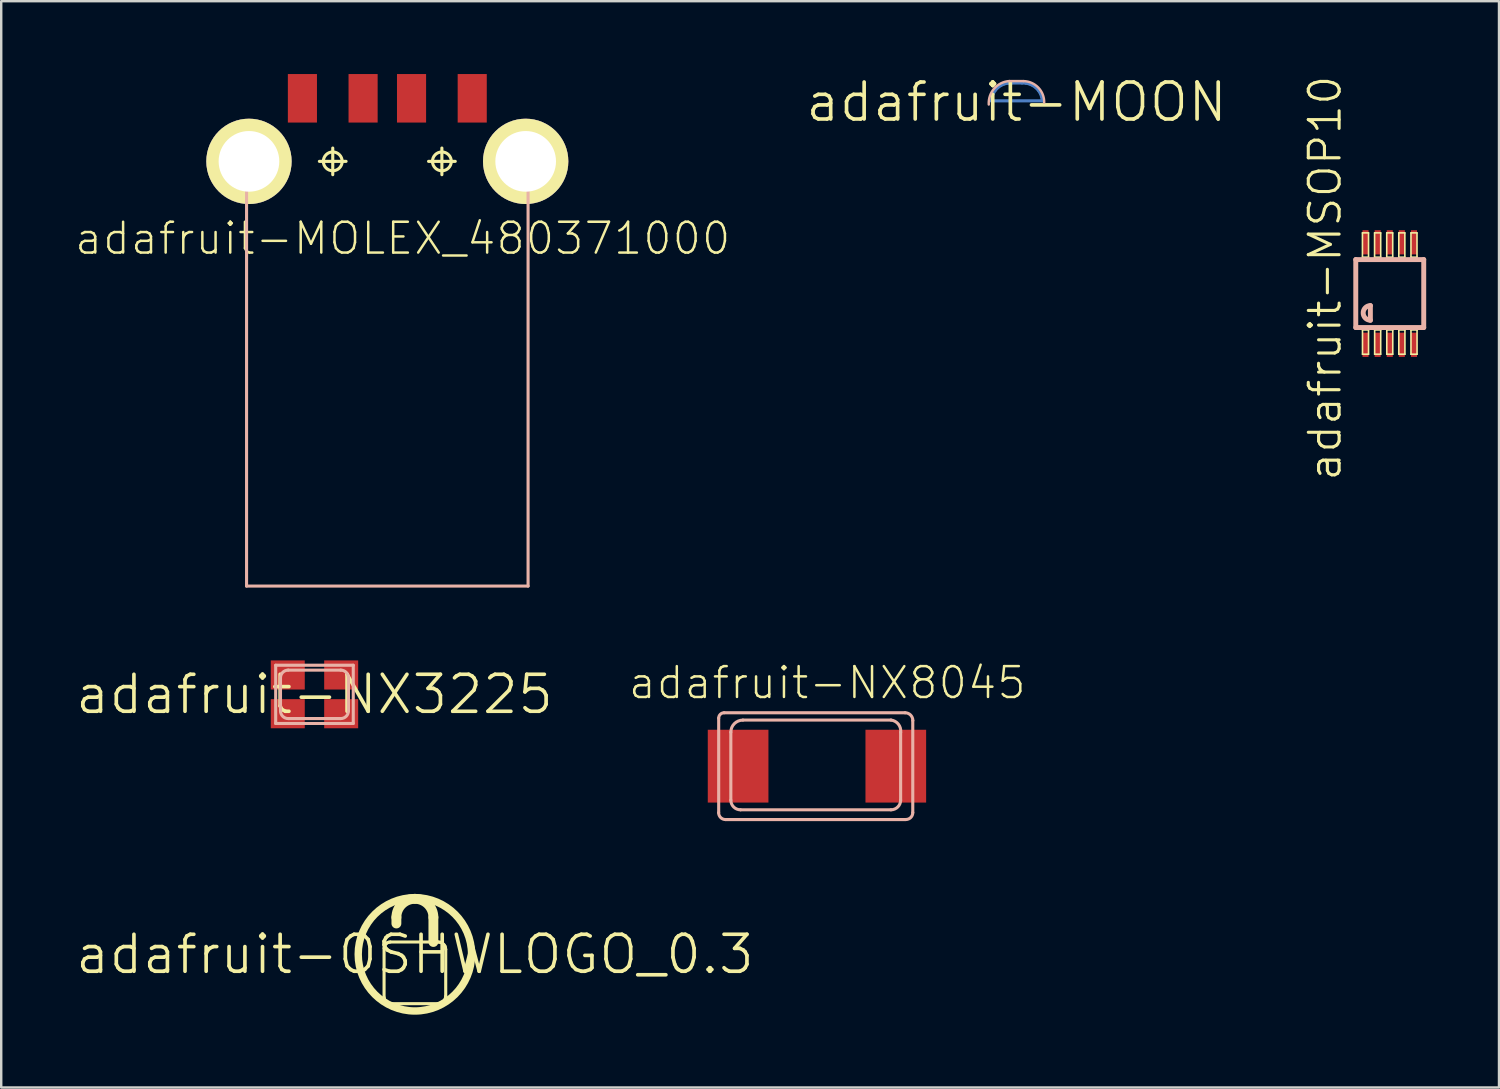
<source format=kicad_pcb>
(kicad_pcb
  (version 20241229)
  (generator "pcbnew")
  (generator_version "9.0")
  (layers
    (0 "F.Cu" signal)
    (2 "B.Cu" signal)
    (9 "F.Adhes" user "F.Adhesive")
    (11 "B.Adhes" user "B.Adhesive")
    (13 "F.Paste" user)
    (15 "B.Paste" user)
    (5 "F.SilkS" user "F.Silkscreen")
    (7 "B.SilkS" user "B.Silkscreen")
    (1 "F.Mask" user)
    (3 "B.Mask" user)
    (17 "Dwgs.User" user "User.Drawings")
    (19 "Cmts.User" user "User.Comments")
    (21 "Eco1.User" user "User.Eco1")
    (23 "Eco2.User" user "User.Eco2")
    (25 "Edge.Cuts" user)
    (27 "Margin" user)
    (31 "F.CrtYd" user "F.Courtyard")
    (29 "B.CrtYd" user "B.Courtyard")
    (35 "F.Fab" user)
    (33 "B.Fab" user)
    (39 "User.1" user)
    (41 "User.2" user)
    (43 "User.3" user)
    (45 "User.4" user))
  (footprint "adafruit-MSOP10"
    (layer "F.Cu")
    (at 54.206 9.044)
    (property "Reference" "adafruit-MSOP10" (at -2.667 -0.635 90) (layer "F.SilkS") (effects (font (size 1.27 1.27) (thickness 0.127))))
    (attr smd)
    (fp_line (start -1.125 -2.499) (end -0.874 -2.499) (stroke (width 0.066) (type solid)) (layer "F.SilkS"))
    (fp_line (start -1.125 -1.499) (end -1.125 -2.499) (stroke (width 0.066) (type solid)) (layer "F.SilkS"))
    (fp_line (start -1.125 -1.499) (end -0.874 -1.499) (stroke (width 0.066) (type solid)) (layer "F.SilkS"))
    (fp_line (start -1.123 1.499) (end -0.874 1.499) (stroke (width 0.066) (type solid)) (layer "F.SilkS"))
    (fp_line (start -1.123 2.499) (end -1.123 1.499) (stroke (width 0.066) (type solid)) (layer "F.SilkS"))
    (fp_line (start -1.123 2.499) (end -0.874 2.499) (stroke (width 0.066) (type solid)) (layer "F.SilkS"))
    (fp_line (start -0.874 -1.499) (end -0.874 -2.499) (stroke (width 0.066) (type solid)) (layer "F.SilkS"))
    (fp_line (start -0.874 2.499) (end -0.874 1.499) (stroke (width 0.066) (type solid)) (layer "F.SilkS"))
    (fp_line (start -0.625 -2.499) (end -0.373 -2.499) (stroke (width 0.066) (type solid)) (layer "F.SilkS"))
    (fp_line (start -0.625 -1.499) (end -0.625 -2.499) (stroke (width 0.066) (type solid)) (layer "F.SilkS"))
    (fp_line (start -0.625 -1.499) (end -0.373 -1.499) (stroke (width 0.066) (type solid)) (layer "F.SilkS"))
    (fp_line (start -0.622 1.499) (end -0.373 1.499) (stroke (width 0.066) (type solid)) (layer "F.SilkS"))
    (fp_line (start -0.622 2.499) (end -0.622 1.499) (stroke (width 0.066) (type solid)) (layer "F.SilkS"))
    (fp_line (start -0.622 2.499) (end -0.373 2.499) (stroke (width 0.066) (type solid)) (layer "F.SilkS"))
    (fp_line (start -0.373 -1.499) (end -0.373 -2.499) (stroke (width 0.066) (type solid)) (layer "F.SilkS"))
    (fp_line (start -0.373 2.499) (end -0.373 1.499) (stroke (width 0.066) (type solid)) (layer "F.SilkS"))
    (fp_line (start -0.124 -2.499) (end 0.122 -2.499) (stroke (width 0.066) (type solid)) (layer "F.SilkS"))
    (fp_line (start -0.124 -1.499) (end -0.124 -2.499) (stroke (width 0.066) (type solid)) (layer "F.SilkS"))
    (fp_line (start -0.124 -1.499) (end 0.122 -1.499) (stroke (width 0.066) (type solid)) (layer "F.SilkS"))
    (fp_line (start -0.122 1.499) (end 0.124 1.499) (stroke (width 0.066) (type solid)) (layer "F.SilkS"))
    (fp_line (start -0.122 2.499) (end -0.122 1.499) (stroke (width 0.066) (type solid)) (layer "F.SilkS"))
    (fp_line (start -0.122 2.499) (end 0.124 2.499) (stroke (width 0.066) (type solid)) (layer "F.SilkS"))
    (fp_line (start 0.122 -1.499) (end 0.122 -2.499) (stroke (width 0.066) (type solid)) (layer "F.SilkS"))
    (fp_line (start 0.124 2.499) (end 0.124 1.499) (stroke (width 0.066) (type solid)) (layer "F.SilkS"))
    (fp_line (start 0.373 -2.499) (end 0.622 -2.499) (stroke (width 0.066) (type solid)) (layer "F.SilkS"))
    (fp_line (start 0.373 -1.499) (end 0.373 -2.499) (stroke (width 0.066) (type solid)) (layer "F.SilkS"))
    (fp_line (start 0.373 -1.499) (end 0.622 -1.499) (stroke (width 0.066) (type solid)) (layer "F.SilkS"))
    (fp_line (start 0.373 1.499) (end 0.625 1.499) (stroke (width 0.066) (type solid)) (layer "F.SilkS"))
    (fp_line (start 0.373 2.499) (end 0.373 1.499) (stroke (width 0.066) (type solid)) (layer "F.SilkS"))
    (fp_line (start 0.373 2.499) (end 0.625 2.499) (stroke (width 0.066) (type solid)) (layer "F.SilkS"))
    (fp_line (start 0.622 -1.499) (end 0.622 -2.499) (stroke (width 0.066) (type solid)) (layer "F.SilkS"))
    (fp_line (start 0.625 2.499) (end 0.625 1.499) (stroke (width 0.066) (type solid)) (layer "F.SilkS"))
    (fp_line (start 0.874 -2.499) (end 1.123 -2.499) (stroke (width 0.066) (type solid)) (layer "F.SilkS"))
    (fp_line (start 0.874 -1.499) (end 0.874 -2.499) (stroke (width 0.066) (type solid)) (layer "F.SilkS"))
    (fp_line (start 0.874 -1.499) (end 1.123 -1.499) (stroke (width 0.066) (type solid)) (layer "F.SilkS"))
    (fp_line (start 0.874 1.499) (end 1.125 1.499) (stroke (width 0.066) (type solid)) (layer "F.SilkS"))
    (fp_line (start 0.874 2.499) (end 0.874 1.499) (stroke (width 0.066) (type solid)) (layer "F.SilkS"))
    (fp_line (start 0.874 2.499) (end 1.125 2.499) (stroke (width 0.066) (type solid)) (layer "F.SilkS"))
    (fp_line (start 1.123 -1.499) (end 1.123 -2.499) (stroke (width 0.066) (type solid)) (layer "F.SilkS"))
    (fp_line (start 1.125 2.499) (end 1.125 1.499) (stroke (width 0.066) (type solid)) (layer "F.SilkS"))
    (fp_line (start -1.4 -1.4) (end 1.4 -1.4) (stroke (width 0.203) (type solid)) (layer "B.SilkS"))
    (fp_line (start -1.4 1.4) (end -1.4 -1.4) (stroke (width 0.203) (type solid)) (layer "B.SilkS"))
    (fp_line (start -0.798 0.498) (end -0.798 1.1) (stroke (width 0.203) (type solid)) (layer "B.SilkS"))
    (fp_line (start 1.4 -1.4) (end 1.4 1.4) (stroke (width 0.203) (type solid)) (layer "B.SilkS"))
    (fp_line (start 1.4 1.4) (end -1.4 1.4) (stroke (width 0.203) (type solid)) (layer "B.SilkS"))
    (fp_arc (start -0.79756 1.09982) (mid -1.09982 0.79756) (end -0.79756 0.4953) (stroke (width 0.2032) (type solid)) (layer "B.SilkS"))
    (pad "1" smd rect (at -0.998 2.111) (size 0.249 0.998) (layers "F.Cu" "F.Mask" "F.Paste"))
    (pad "2" smd rect (at -0.498 2.111) (size 0.249 0.998) (layers "F.Cu" "F.Mask" "F.Paste"))
    (pad "3" smd rect (at 0 2.111) (size 0.249 0.998) (layers "F.Cu" "F.Mask" "F.Paste"))
    (pad "4" smd rect (at 0.498 2.111) (size 0.249 0.998) (layers "F.Cu" "F.Mask" "F.Paste"))
    (pad "5" smd rect (at 0.998 2.111) (size 0.249 0.998) (layers "F.Cu" "F.Mask" "F.Paste"))
    (pad "6" smd rect (at 0.998 -2.111 180) (size 0.249 0.998) (layers "F.Cu" "F.Mask" "F.Paste"))
    (pad "7" smd rect (at 0.498 -2.111 180) (size 0.249 0.998) (layers "F.Cu" "F.Mask" "F.Paste"))
    (pad "8" smd rect (at 0 -2.111 180) (size 0.249 0.998) (layers "F.Cu" "F.Mask" "F.Paste"))
    (pad "9" smd rect (at -0.498 -2.111 180) (size 0.249 0.998) (layers "F.Cu" "F.Mask" "F.Paste"))
    (pad "10" smd rect (at -0.998 -2.111 180) (size 0.249 0.998) (layers "F.Cu" "F.Mask" "F.Paste")))
  (footprint "adafruit-NX3225"
    (layer "F.Cu")
    (at 9.906 25.556)
    (property "Reference" "adafruit-NX3225" (at 0 0 0) (layer "F.SilkS") (effects (font (size 1.524 1.524) (thickness 0.15))))
    (attr smd)
    (fp_line (start -1.598 -1.199) (end -1.598 1.199) (stroke (width 0.127) (type solid)) (layer "B.SilkS"))
    (fp_line (start -1.598 1.199) (end 1.598 1.199) (stroke (width 0.127) (type solid)) (layer "B.SilkS"))
    (fp_line (start -1.4 0.681) (end -1.4 -0.681) (stroke (width 0.127) (type solid)) (layer "B.SilkS"))
    (fp_line (start -1.082 -0.998) (end 1.082 -0.998) (stroke (width 0.127) (type solid)) (layer "B.SilkS"))
    (fp_line (start 1.082 0.998) (end -1.082 0.998) (stroke (width 0.127) (type solid)) (layer "B.SilkS"))
    (fp_line (start 1.4 -0.681) (end 1.4 0.681) (stroke (width 0.127) (type solid)) (layer "B.SilkS"))
    (fp_line (start 1.598 -1.199) (end -1.598 -1.199) (stroke (width 0.127) (type solid)) (layer "B.SilkS"))
    (fp_line (start 1.598 1.199) (end 1.598 -1.199) (stroke (width 0.127) (type solid)) (layer "B.SilkS"))
    (fp_arc (start -1.39954 -0.68072) (mid -1.306546 -0.905226) (end -1.08204 -0.99822) (stroke (width 0.127) (type solid)) (layer "B.SilkS"))
    (fp_arc (start -1.08204 0.99822) (mid -1.306546 0.905226) (end -1.39954 0.68072) (stroke (width 0.127) (type solid)) (layer "B.SilkS"))
    (fp_arc (start 1.08204 -0.99822) (mid 1.306546 -0.905226) (end 1.39954 -0.68072) (stroke (width 0.127) (type solid)) (layer "B.SilkS"))
    (fp_arc (start 1.39954 0.68072) (mid 1.306546 0.905226) (end 1.08204 0.99822) (stroke (width 0.127) (type solid)) (layer "B.SilkS"))
    (pad "1" smd rect (at -1.1 0.798 90) (size 1.199 1.4) (layers "F.Cu" "F.Mask" "F.Paste"))
    (pad "2" smd rect (at 1.1 0.798 90) (size 1.199 1.4) (layers "F.Cu" "F.Mask" "F.Paste"))
    (pad "3" smd rect (at 1.1 -0.798 90) (size 1.199 1.4) (layers "F.Cu" "F.Mask" "F.Paste"))
    (pad "4" smd rect (at -1.1 -0.798 90) (size 1.199 1.4) (layers "F.Cu" "F.Mask" "F.Paste")))
  (footprint "adafruit-MOON"
    (layer "F.Cu")
    (at 38.829 1.155)
    (property "Reference" "adafruit-MOON" (at 0 0 0) (layer "F.SilkS") (effects (font (size 1.524 1.524) (thickness 0.15))))
    (attr exclude_from_pos_files exclude_from_bom)
    (fp_line (start -1.041 -0.051) (end 1.067 -0.051) (stroke (width 0.127) (type solid)) (layer "B.Cu"))
    (fp_line (start -1.016 -0.203) (end -1.041 -0.051) (stroke (width 0.127) (type solid)) (layer "B.Cu"))
    (fp_line (start -0.96 -0.348) (end -1.016 -0.203) (stroke (width 0.127) (type solid)) (layer "B.Cu"))
    (fp_line (start -0.879 -0.478) (end -0.96 -0.348) (stroke (width 0.127) (type solid)) (layer "B.Cu"))
    (fp_line (start -0.775 -0.592) (end -0.879 -0.478) (stroke (width 0.127) (type solid)) (layer "B.Cu"))
    (fp_line (start -0.648 -0.681) (end -0.775 -0.592) (stroke (width 0.127) (type solid)) (layer "B.Cu"))
    (fp_line (start -0.508 -0.747) (end -0.648 -0.681) (stroke (width 0.127) (type solid)) (layer "B.Cu"))
    (fp_line (start -0.356 -0.78) (end -0.508 -0.747) (stroke (width 0.127) (type solid)) (layer "B.Cu"))
    (fp_line (start -0.203 -0.787) (end -0.356 -0.78) (stroke (width 0.127) (type solid)) (layer "B.Cu"))
    (fp_line (start 0.229 -0.787) (end -0.203 -0.787) (stroke (width 0.127) (type solid)) (layer "B.Cu"))
    (fp_line (start 0.381 -0.78) (end 0.229 -0.787) (stroke (width 0.127) (type solid)) (layer "B.Cu"))
    (fp_line (start 0.533 -0.747) (end 0.381 -0.78) (stroke (width 0.127) (type solid)) (layer "B.Cu"))
    (fp_line (start 0.673 -0.681) (end 0.533 -0.747) (stroke (width 0.127) (type solid)) (layer "B.Cu"))
    (fp_line (start 0.8 -0.592) (end 0.673 -0.681) (stroke (width 0.127) (type solid)) (layer "B.Cu"))
    (fp_line (start 0.904 -0.478) (end 0.8 -0.592) (stroke (width 0.127) (type solid)) (layer "B.Cu"))
    (fp_line (start 0.986 -0.348) (end 0.904 -0.478) (stroke (width 0.127) (type solid)) (layer "B.Cu"))
    (fp_line (start 1.041 -0.203) (end 0.986 -0.348) (stroke (width 0.127) (type solid)) (layer "B.Cu"))
    (fp_line (start 1.067 -0.051) (end 1.041 -0.203) (stroke (width 0.127) (type solid)) (layer "B.Cu"))
    (fp_line (start -0.292 -0.864) (end 0.292 -0.864) (stroke (width 0.1) (type solid)) (layer "B.SilkS"))
    (fp_arc (start -1.143 0.1016) (mid -0.917976 -0.558497) (end -0.2921 -0.86614) (stroke (width 0.1) (type solid)) (layer "B.SilkS"))
    (fp_arc (start 0.2921 -0.8636) (mid 0.899874 -0.595349) (end 1.140494 0.023884) (stroke (width 0.1) (type solid)) (layer "B.SilkS")))
  (footprint "adafruit-NX8045"
    (layer "F.Cu")
    (at 30.557 28.515)
    (property "Reference" "adafruit-NX8045" (at 0.475 -3.434 0) (layer "F.SilkS") (effects (font (size 1.27 1.27) (thickness 0.102))))
    (attr smd)
    (fp_line (start -3.998 1.915) (end -3.998 -1.976) (stroke (width 0.127) (type solid)) (layer "B.SilkS"))
    (fp_line (start -3.774 -2.2) (end 3.683 -2.2) (stroke (width 0.127) (type solid)) (layer "B.SilkS"))
    (fp_line (start -3.498 1.4) (end -3.498 -1.4) (stroke (width 0.127) (type solid)) (layer "B.SilkS"))
    (fp_line (start -3 -1.9) (end 3.099 -1.9) (stroke (width 0.127) (type solid)) (layer "B.SilkS"))
    (fp_line (start 3.099 1.798) (end -3.099 1.798) (stroke (width 0.127) (type solid)) (layer "B.SilkS"))
    (fp_line (start 3.498 -1.4) (end 3.498 1.4) (stroke (width 0.127) (type solid)) (layer "B.SilkS"))
    (fp_line (start 3.716 2.2) (end -3.716 2.2) (stroke (width 0.127) (type solid)) (layer "B.SilkS"))
    (fp_line (start 3.998 -1.882) (end 3.998 1.915) (stroke (width 0.127) (type solid)) (layer "B.SilkS"))
    (fp_arc (start -3.99796 -1.97612) (mid -3.932493 -2.134173) (end -3.77444 -2.19964) (stroke (width 0.127) (type solid)) (layer "B.SilkS"))
    (fp_arc (start -3.71602 2.19964) (mid -3.917178 2.116318) (end -4.0005 1.91516) (stroke (width 0.127) (type solid)) (layer "B.SilkS"))
    (fp_arc (start -3.49758 -1.39954) (mid -3.351766 -1.751566) (end -2.99974 -1.89738) (stroke (width 0.127) (type solid)) (layer "B.SilkS"))
    (fp_arc (start -3.0988 1.79832) (mid -3.38078 1.68152) (end -3.49758 1.39954) (stroke (width 0.127) (type solid)) (layer "B.SilkS"))
    (fp_arc (start 3.0988 -1.89992) (mid 3.403618 -1.731576) (end 3.50012 -1.397) (stroke (width 0.127) (type solid)) (layer "B.SilkS"))
    (fp_arc (start 3.49758 1.39954) (mid 3.38078 1.68152) (end 3.0988 1.79832) (stroke (width 0.127) (type solid)) (layer "B.SilkS"))
    (fp_arc (start 3.683 -2.19964) (mid 3.907506 -2.106646) (end 4.0005 -1.88214) (stroke (width 0.127) (type solid)) (layer "B.SilkS"))
    (fp_arc (start 3.99796 1.91516) (mid 3.915382 2.114522) (end 3.71602 2.1971) (stroke (width 0.127) (type solid)) (layer "B.SilkS"))
    (pad "P$1" smd rect (at 3.299 0 90) (size 3 2.499) (layers "F.Cu" "F.Mask" "F.Paste"))
    (pad "P$2" smd rect (at -3.198 0 90) (size 3 2.499) (layers "F.Cu" "F.Mask" "F.Paste")))
  (footprint "adafruit-MOLEX_480371000"
    (layer "F.Cu")
    (at 12.907 3.598)
    (property "Reference" "adafruit-MOLEX_480371000" (at 0.635 3.175 0) (layer "F.SilkS") (effects (font (size 1.27 1.27) (thickness 0.102))))
    (attr smd)
    (fp_line (start -2.799 0) (end -1.699 0) (stroke (width 0.127) (type solid)) (layer "F.SilkS"))
    (fp_line (start -2.248 0.549) (end -2.248 -0.549) (stroke (width 0.127) (type solid)) (layer "F.SilkS"))
    (fp_line (start 1.699 0) (end 2.799 0) (stroke (width 0.127) (type solid)) (layer "F.SilkS"))
    (fp_line (start 2.248 0.549) (end 2.248 -0.549) (stroke (width 0.127) (type solid)) (layer "F.SilkS"))
    (fp_circle (center -2.248 0) (end -2.522 0.274) (stroke (width 0.127) (type solid)) (fill no) (layer "F.SilkS"))
    (fp_circle (center 2.248 0) (end 2.522 0.274) (stroke (width 0.127) (type solid)) (fill no) (layer "F.SilkS"))
    (fp_line (start -5.799 17.498) (end -5.799 0) (stroke (width 0.127) (type solid)) (layer "B.SilkS"))
    (fp_line (start 5.799 0) (end 5.799 17.498) (stroke (width 0.127) (type solid)) (layer "B.SilkS"))
    (fp_line (start 5.799 17.498) (end -5.799 17.498) (stroke (width 0.127) (type solid)) (layer "B.SilkS"))
    (pad "1" smd rect (at 3.498 -2.598) (size 1.199 1.999) (layers "F.Cu" "F.Mask" "F.Paste"))
    (pad "2" smd rect (at 0.998 -2.598) (size 1.199 1.999) (layers "F.Cu" "F.Mask" "F.Paste"))
    (pad "3" smd rect (at -0.998 -2.598) (size 1.199 1.999) (layers "F.Cu" "F.Mask" "F.Paste"))
    (pad "4" smd rect (at -3.498 -2.598) (size 1.199 1.999) (layers "F.Cu" "F.Mask" "F.Paste"))
    (pad "M1" thru_hole circle (at -5.7 0) (size 3.515 3.515) (drill 2.499) (layers "*.Cu" "F.Mask" "F.SilkS" "F.Paste"))
    (pad "M2" thru_hole circle (at 5.7 0) (size 3.515 3.515) (drill 2.499) (layers "*.Cu" "F.Mask" "F.SilkS" "F.Paste")))
  (footprint "adafruit-OSHWLOGO_0.3"
    (layer "F.Cu")
    (at 14.043 36.267)
    (property "Reference" "adafruit-OSHWLOGO_0.3" (at 0 0 0) (layer "F.SilkS") (effects (font (size 1.524 1.524) (thickness 0.15))))
    (attr exclude_from_pos_files exclude_from_bom)
    (fp_line (start -1.27 -0.254) (end -1.26 -0.318) (stroke (width 0.127) (type solid)) (layer "F.SilkS"))
    (fp_line (start -1.27 1.778) (end -1.27 -0.254) (stroke (width 0.127) (type solid)) (layer "F.SilkS"))
    (fp_line (start -1.26 -0.318) (end -1.234 -0.381) (stroke (width 0.127) (type solid)) (layer "F.SilkS"))
    (fp_line (start -1.26 1.841) (end -1.27 1.778) (stroke (width 0.127) (type solid)) (layer "F.SilkS"))
    (fp_line (start -1.234 -0.381) (end -1.194 -0.432) (stroke (width 0.127) (type solid)) (layer "F.SilkS"))
    (fp_line (start -1.234 1.905) (end -1.26 1.841) (stroke (width 0.127) (type solid)) (layer "F.SilkS"))
    (fp_line (start -1.194 -0.432) (end -1.143 -0.472) (stroke (width 0.127) (type solid)) (layer "F.SilkS"))
    (fp_line (start -1.194 1.956) (end -1.234 1.905) (stroke (width 0.127) (type solid)) (layer "F.SilkS"))
    (fp_line (start -1.143 -0.472) (end -1.079 -0.498) (stroke (width 0.127) (type solid)) (layer "F.SilkS"))
    (fp_line (start -1.143 1.996) (end -1.194 1.956) (stroke (width 0.127) (type solid)) (layer "F.SilkS"))
    (fp_line (start -1.079 -0.498) (end -1.016 -0.508) (stroke (width 0.127) (type solid)) (layer "F.SilkS"))
    (fp_line (start -1.079 2.022) (end -1.143 1.996) (stroke (width 0.127) (type solid)) (layer "F.SilkS"))
    (fp_line (start -1.016 -0.508) (end 0.965 -0.508) (stroke (width 0.127) (type solid)) (layer "F.SilkS"))
    (fp_line (start -1.016 2.032) (end -1.079 2.022) (stroke (width 0.127) (type solid)) (layer "F.SilkS"))
    (fp_line (start -0.762 -1.524) (end -0.762 -1.27) (stroke (width 0.406) (type solid)) (layer "F.SilkS"))
    (fp_line (start 0.762 -0.508) (end 0.762 -1.524) (stroke (width 0.406) (type solid)) (layer "F.SilkS"))
    (fp_line (start 0.965 -0.508) (end 1.031 -0.498) (stroke (width 0.127) (type solid)) (layer "F.SilkS"))
    (fp_line (start 0.965 2.032) (end -1.016 2.032) (stroke (width 0.127) (type solid)) (layer "F.SilkS"))
    (fp_line (start 1.031 -0.498) (end 1.097 -0.478) (stroke (width 0.127) (type solid)) (layer "F.SilkS"))
    (fp_line (start 1.031 2.022) (end 0.965 2.032) (stroke (width 0.127) (type solid)) (layer "F.SilkS"))
    (fp_line (start 1.097 -0.478) (end 1.153 -0.439) (stroke (width 0.127) (type solid)) (layer "F.SilkS"))
    (fp_line (start 1.097 2.002) (end 1.031 2.022) (stroke (width 0.127) (type solid)) (layer "F.SilkS"))
    (fp_line (start 1.153 -0.439) (end 1.201 -0.391) (stroke (width 0.127) (type solid)) (layer "F.SilkS"))
    (fp_line (start 1.153 1.963) (end 1.097 2.002) (stroke (width 0.127) (type solid)) (layer "F.SilkS"))
    (fp_line (start 1.201 -0.391) (end 1.24 -0.335) (stroke (width 0.127) (type solid)) (layer "F.SilkS"))
    (fp_line (start 1.201 1.915) (end 1.153 1.963) (stroke (width 0.127) (type solid)) (layer "F.SilkS"))
    (fp_line (start 1.24 -0.335) (end 1.26 -0.269) (stroke (width 0.127) (type solid)) (layer "F.SilkS"))
    (fp_line (start 1.24 1.859) (end 1.201 1.915) (stroke (width 0.127) (type solid)) (layer "F.SilkS"))
    (fp_line (start 1.26 -0.269) (end 1.27 -0.203) (stroke (width 0.127) (type solid)) (layer "F.SilkS"))
    (fp_line (start 1.26 1.793) (end 1.24 1.859) (stroke (width 0.127) (type solid)) (layer "F.SilkS"))
    (fp_line (start 1.27 -0.203) (end 1.27 1.727) (stroke (width 0.127) (type solid)) (layer "F.SilkS"))
    (fp_line (start 1.27 1.727) (end 1.26 1.793) (stroke (width 0.127) (type solid)) (layer "F.SilkS"))
    (fp_arc (start -0.762 -1.524) (mid -0.538815 -2.062815) (end 0 -2.286) (stroke (width 0.4064) (type solid)) (layer "F.SilkS"))
    (fp_arc (start 0 -2.286) (mid 0.538815 -2.062815) (end 0.762 -1.524) (stroke (width 0.4064) (type solid)) (layer "F.SilkS"))
    (fp_circle (center 0 0) (end -1.651 1.651) (stroke (width 0.305) (type solid)) (fill no) (layer "F.SilkS")))
  (gr_rect
    (start -3 -3)
    (end 58.707 41.754)
    (stroke (width 0.1) (type default))
    (fill no)
    (layer "Edge.Cuts")))
</source>
